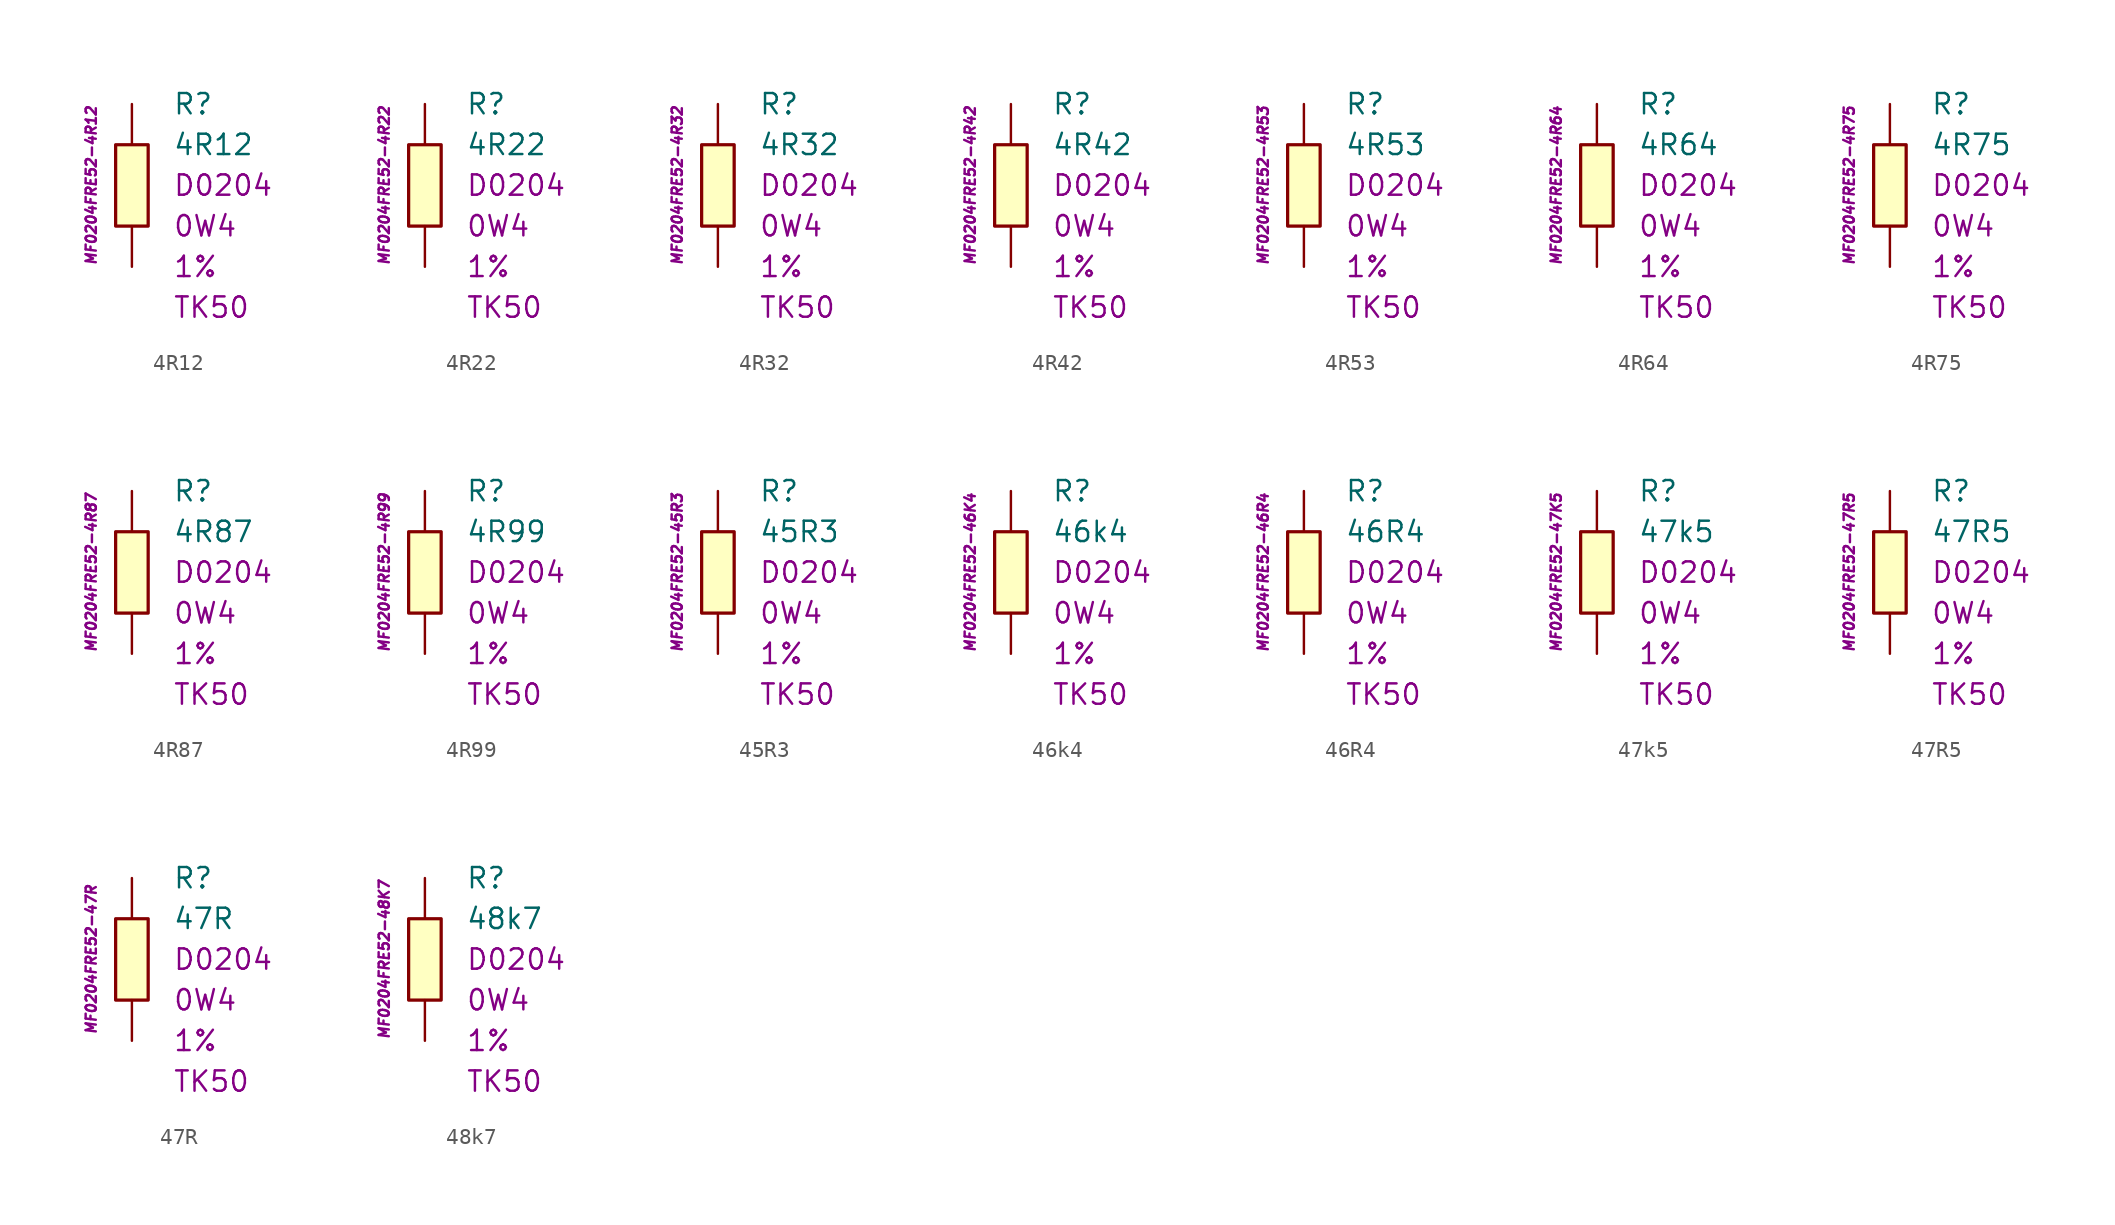
<source format=kicad_sym>
(kicad_symbol_lib
  (version 20201005)
  (generator kicad_symbol_editor)
  (symbol "4R12"
    (pin_numbers hide)
    (pin_names
      (offset 1.016) hide)
    (property "Reference" "R"
      (at 2.54 5.08 0)
      (effects (font (size 1.27 1.27)) (justify left)))
    (property "Value" "4R12"
      (at 2.54 2.54 0)
      (effects (font (size 1.27 1.27)) (justify left)))
    (property "Package" "D0204"
      (at 2.54 0 0)
      (effects (font (size 1.27 1.27)) (justify left)))
    (property "Power" "0W4"
      (at 2.54 -2.54 0)
      (effects (font (size 1.27 1.27)) (justify left)))
    (property "Tolerance" "1%"
      (at 2.54 -5.08 0)
      (effects (font (size 1.27 1.27)) (justify left)))
    (property "TK" "TK50"
      (at 2.54 -7.62 0)
      (effects (font (size 1.27 1.27)) (justify left)))
    (property "ID" "MF0204FRE52-4R12"
      (at -2.54 0 90)
      (effects (font (size 0.635 0.635) italic)))
    (symbol "4R12_0_1"
      (rectangle (start -1.016 2.54) (end 1.016 -2.54) (stroke (width 0.203)) (fill (type background))))
    (symbol "4R12_1_1"
      (pin passive line (at 0 5.08 270) (length 2.54) (name "~" (effects (font (size 1.778 1.778)))) (number "1" (effects (font (size 1.778 1.778)))))
      (pin passive line (at 0 -5.08 90) (length 2.54) (name "~" (effects (font (size 1.778 1.778)))) (number "2" (effects (font (size 1.778 1.778)))))))
  (symbol "4R22"
    (pin_numbers hide)
    (pin_names
      (offset 1.016) hide)
    (property "Reference" "R"
      (at 2.54 5.08 0)
      (effects (font (size 1.27 1.27)) (justify left)))
    (property "Value" "4R22"
      (at 2.54 2.54 0)
      (effects (font (size 1.27 1.27)) (justify left)))
    (property "Package" "D0204"
      (at 2.54 0 0)
      (effects (font (size 1.27 1.27)) (justify left)))
    (property "Power" "0W4"
      (at 2.54 -2.54 0)
      (effects (font (size 1.27 1.27)) (justify left)))
    (property "Tolerance" "1%"
      (at 2.54 -5.08 0)
      (effects (font (size 1.27 1.27)) (justify left)))
    (property "TK" "TK50"
      (at 2.54 -7.62 0)
      (effects (font (size 1.27 1.27)) (justify left)))
    (property "ID" "MF0204FRE52-4R22"
      (at -2.54 0 90)
      (effects (font (size 0.635 0.635) italic)))
    (symbol "4R22_0_1"
      (rectangle (start -1.016 2.54) (end 1.016 -2.54) (stroke (width 0.203)) (fill (type background))))
    (symbol "4R22_1_1"
      (pin passive line (at 0 5.08 270) (length 2.54) (name "~" (effects (font (size 1.778 1.778)))) (number "1" (effects (font (size 1.778 1.778)))))
      (pin passive line (at 0 -5.08 90) (length 2.54) (name "~" (effects (font (size 1.778 1.778)))) (number "2" (effects (font (size 1.778 1.778)))))))
  (symbol "4R32"
    (pin_numbers hide)
    (pin_names
      (offset 1.016) hide)
    (property "Reference" "R"
      (at 2.54 5.08 0)
      (effects (font (size 1.27 1.27)) (justify left)))
    (property "Value" "4R32"
      (at 2.54 2.54 0)
      (effects (font (size 1.27 1.27)) (justify left)))
    (property "Package" "D0204"
      (at 2.54 0 0)
      (effects (font (size 1.27 1.27)) (justify left)))
    (property "Power" "0W4"
      (at 2.54 -2.54 0)
      (effects (font (size 1.27 1.27)) (justify left)))
    (property "Tolerance" "1%"
      (at 2.54 -5.08 0)
      (effects (font (size 1.27 1.27)) (justify left)))
    (property "TK" "TK50"
      (at 2.54 -7.62 0)
      (effects (font (size 1.27 1.27)) (justify left)))
    (property "ID" "MF0204FRE52-4R32"
      (at -2.54 0 90)
      (effects (font (size 0.635 0.635) italic)))
    (symbol "4R32_0_1"
      (rectangle (start -1.016 2.54) (end 1.016 -2.54) (stroke (width 0.203)) (fill (type background))))
    (symbol "4R32_1_1"
      (pin passive line (at 0 5.08 270) (length 2.54) (name "~" (effects (font (size 1.778 1.778)))) (number "1" (effects (font (size 1.778 1.778)))))
      (pin passive line (at 0 -5.08 90) (length 2.54) (name "~" (effects (font (size 1.778 1.778)))) (number "2" (effects (font (size 1.778 1.778)))))))
  (symbol "4R42"
    (pin_numbers hide)
    (pin_names
      (offset 1.016) hide)
    (property "Reference" "R"
      (at 2.54 5.08 0)
      (effects (font (size 1.27 1.27)) (justify left)))
    (property "Value" "4R42"
      (at 2.54 2.54 0)
      (effects (font (size 1.27 1.27)) (justify left)))
    (property "Package" "D0204"
      (at 2.54 0 0)
      (effects (font (size 1.27 1.27)) (justify left)))
    (property "Power" "0W4"
      (at 2.54 -2.54 0)
      (effects (font (size 1.27 1.27)) (justify left)))
    (property "Tolerance" "1%"
      (at 2.54 -5.08 0)
      (effects (font (size 1.27 1.27)) (justify left)))
    (property "TK" "TK50"
      (at 2.54 -7.62 0)
      (effects (font (size 1.27 1.27)) (justify left)))
    (property "ID" "MF0204FRE52-4R42"
      (at -2.54 0 90)
      (effects (font (size 0.635 0.635) italic)))
    (symbol "4R42_0_1"
      (rectangle (start -1.016 2.54) (end 1.016 -2.54) (stroke (width 0.203)) (fill (type background))))
    (symbol "4R42_1_1"
      (pin passive line (at 0 5.08 270) (length 2.54) (name "~" (effects (font (size 1.778 1.778)))) (number "1" (effects (font (size 1.778 1.778)))))
      (pin passive line (at 0 -5.08 90) (length 2.54) (name "~" (effects (font (size 1.778 1.778)))) (number "2" (effects (font (size 1.778 1.778)))))))
  (symbol "4R53"
    (pin_numbers hide)
    (pin_names
      (offset 1.016) hide)
    (property "Reference" "R"
      (at 2.54 5.08 0)
      (effects (font (size 1.27 1.27)) (justify left)))
    (property "Value" "4R53"
      (at 2.54 2.54 0)
      (effects (font (size 1.27 1.27)) (justify left)))
    (property "Package" "D0204"
      (at 2.54 0 0)
      (effects (font (size 1.27 1.27)) (justify left)))
    (property "Power" "0W4"
      (at 2.54 -2.54 0)
      (effects (font (size 1.27 1.27)) (justify left)))
    (property "Tolerance" "1%"
      (at 2.54 -5.08 0)
      (effects (font (size 1.27 1.27)) (justify left)))
    (property "TK" "TK50"
      (at 2.54 -7.62 0)
      (effects (font (size 1.27 1.27)) (justify left)))
    (property "ID" "MF0204FRE52-4R53"
      (at -2.54 0 90)
      (effects (font (size 0.635 0.635) italic)))
    (symbol "4R53_0_1"
      (rectangle (start -1.016 2.54) (end 1.016 -2.54) (stroke (width 0.203)) (fill (type background))))
    (symbol "4R53_1_1"
      (pin passive line (at 0 5.08 270) (length 2.54) (name "~" (effects (font (size 1.778 1.778)))) (number "1" (effects (font (size 1.778 1.778)))))
      (pin passive line (at 0 -5.08 90) (length 2.54) (name "~" (effects (font (size 1.778 1.778)))) (number "2" (effects (font (size 1.778 1.778)))))))
  (symbol "4R64"
    (pin_numbers hide)
    (pin_names
      (offset 1.016) hide)
    (property "Reference" "R"
      (at 2.54 5.08 0)
      (effects (font (size 1.27 1.27)) (justify left)))
    (property "Value" "4R64"
      (at 2.54 2.54 0)
      (effects (font (size 1.27 1.27)) (justify left)))
    (property "Package" "D0204"
      (at 2.54 0 0)
      (effects (font (size 1.27 1.27)) (justify left)))
    (property "Power" "0W4"
      (at 2.54 -2.54 0)
      (effects (font (size 1.27 1.27)) (justify left)))
    (property "Tolerance" "1%"
      (at 2.54 -5.08 0)
      (effects (font (size 1.27 1.27)) (justify left)))
    (property "TK" "TK50"
      (at 2.54 -7.62 0)
      (effects (font (size 1.27 1.27)) (justify left)))
    (property "ID" "MF0204FRE52-4R64"
      (at -2.54 0 90)
      (effects (font (size 0.635 0.635) italic)))
    (symbol "4R64_0_1"
      (rectangle (start -1.016 2.54) (end 1.016 -2.54) (stroke (width 0.203)) (fill (type background))))
    (symbol "4R64_1_1"
      (pin passive line (at 0 5.08 270) (length 2.54) (name "~" (effects (font (size 1.778 1.778)))) (number "1" (effects (font (size 1.778 1.778)))))
      (pin passive line (at 0 -5.08 90) (length 2.54) (name "~" (effects (font (size 1.778 1.778)))) (number "2" (effects (font (size 1.778 1.778)))))))
  (symbol "4R75"
    (pin_numbers hide)
    (pin_names
      (offset 1.016) hide)
    (property "Reference" "R"
      (at 2.54 5.08 0)
      (effects (font (size 1.27 1.27)) (justify left)))
    (property "Value" "4R75"
      (at 2.54 2.54 0)
      (effects (font (size 1.27 1.27)) (justify left)))
    (property "Package" "D0204"
      (at 2.54 0 0)
      (effects (font (size 1.27 1.27)) (justify left)))
    (property "Power" "0W4"
      (at 2.54 -2.54 0)
      (effects (font (size 1.27 1.27)) (justify left)))
    (property "Tolerance" "1%"
      (at 2.54 -5.08 0)
      (effects (font (size 1.27 1.27)) (justify left)))
    (property "TK" "TK50"
      (at 2.54 -7.62 0)
      (effects (font (size 1.27 1.27)) (justify left)))
    (property "ID" "MF0204FRE52-4R75"
      (at -2.54 0 90)
      (effects (font (size 0.635 0.635) italic)))
    (symbol "4R75_0_1"
      (rectangle (start -1.016 2.54) (end 1.016 -2.54) (stroke (width 0.203)) (fill (type background))))
    (symbol "4R75_1_1"
      (pin passive line (at 0 5.08 270) (length 2.54) (name "~" (effects (font (size 1.778 1.778)))) (number "1" (effects (font (size 1.778 1.778)))))
      (pin passive line (at 0 -5.08 90) (length 2.54) (name "~" (effects (font (size 1.778 1.778)))) (number "2" (effects (font (size 1.778 1.778)))))))
  (symbol "4R87"
    (pin_numbers hide)
    (pin_names
      (offset 1.016) hide)
    (property "Reference" "R"
      (at 2.54 5.08 0)
      (effects (font (size 1.27 1.27)) (justify left)))
    (property "Value" "4R87"
      (at 2.54 2.54 0)
      (effects (font (size 1.27 1.27)) (justify left)))
    (property "Package" "D0204"
      (at 2.54 0 0)
      (effects (font (size 1.27 1.27)) (justify left)))
    (property "Power" "0W4"
      (at 2.54 -2.54 0)
      (effects (font (size 1.27 1.27)) (justify left)))
    (property "Tolerance" "1%"
      (at 2.54 -5.08 0)
      (effects (font (size 1.27 1.27)) (justify left)))
    (property "TK" "TK50"
      (at 2.54 -7.62 0)
      (effects (font (size 1.27 1.27)) (justify left)))
    (property "ID" "MF0204FRE52-4R87"
      (at -2.54 0 90)
      (effects (font (size 0.635 0.635) italic)))
    (symbol "4R87_0_1"
      (rectangle (start -1.016 2.54) (end 1.016 -2.54) (stroke (width 0.203)) (fill (type background))))
    (symbol "4R87_1_1"
      (pin passive line (at 0 5.08 270) (length 2.54) (name "~" (effects (font (size 1.778 1.778)))) (number "1" (effects (font (size 1.778 1.778)))))
      (pin passive line (at 0 -5.08 90) (length 2.54) (name "~" (effects (font (size 1.778 1.778)))) (number "2" (effects (font (size 1.778 1.778)))))))
  (symbol "4R99"
    (pin_numbers hide)
    (pin_names
      (offset 1.016) hide)
    (property "Reference" "R"
      (at 2.54 5.08 0)
      (effects (font (size 1.27 1.27)) (justify left)))
    (property "Value" "4R99"
      (at 2.54 2.54 0)
      (effects (font (size 1.27 1.27)) (justify left)))
    (property "Package" "D0204"
      (at 2.54 0 0)
      (effects (font (size 1.27 1.27)) (justify left)))
    (property "Power" "0W4"
      (at 2.54 -2.54 0)
      (effects (font (size 1.27 1.27)) (justify left)))
    (property "Tolerance" "1%"
      (at 2.54 -5.08 0)
      (effects (font (size 1.27 1.27)) (justify left)))
    (property "TK" "TK50"
      (at 2.54 -7.62 0)
      (effects (font (size 1.27 1.27)) (justify left)))
    (property "ID" "MF0204FRE52-4R99"
      (at -2.54 0 90)
      (effects (font (size 0.635 0.635) italic)))
    (symbol "4R99_0_1"
      (rectangle (start -1.016 2.54) (end 1.016 -2.54) (stroke (width 0.203)) (fill (type background))))
    (symbol "4R99_1_1"
      (pin passive line (at 0 5.08 270) (length 2.54) (name "~" (effects (font (size 1.778 1.778)))) (number "1" (effects (font (size 1.778 1.778)))))
      (pin passive line (at 0 -5.08 90) (length 2.54) (name "~" (effects (font (size 1.778 1.778)))) (number "2" (effects (font (size 1.778 1.778)))))))
  (symbol "45R3"
    (pin_numbers hide)
    (pin_names
      (offset 1.016) hide)
    (property "Reference" "R"
      (at 2.54 5.08 0)
      (effects (font (size 1.27 1.27)) (justify left)))
    (property "Value" "45R3"
      (at 2.54 2.54 0)
      (effects (font (size 1.27 1.27)) (justify left)))
    (property "Package" "D0204"
      (at 2.54 0 0)
      (effects (font (size 1.27 1.27)) (justify left)))
    (property "Power" "0W4"
      (at 2.54 -2.54 0)
      (effects (font (size 1.27 1.27)) (justify left)))
    (property "Tolerance" "1%"
      (at 2.54 -5.08 0)
      (effects (font (size 1.27 1.27)) (justify left)))
    (property "TK" "TK50"
      (at 2.54 -7.62 0)
      (effects (font (size 1.27 1.27)) (justify left)))
    (property "ID" "MF0204FRE52-45R3"
      (at -2.54 0 90)
      (effects (font (size 0.635 0.635) italic)))
    (symbol "45R3_0_1"
      (rectangle (start -1.016 2.54) (end 1.016 -2.54) (stroke (width 0.203)) (fill (type background))))
    (symbol "45R3_1_1"
      (pin passive line (at 0 5.08 270) (length 2.54) (name "~" (effects (font (size 1.778 1.778)))) (number "1" (effects (font (size 1.778 1.778)))))
      (pin passive line (at 0 -5.08 90) (length 2.54) (name "~" (effects (font (size 1.778 1.778)))) (number "2" (effects (font (size 1.778 1.778)))))))
  (symbol "46k4"
    (pin_numbers hide)
    (pin_names
      (offset 1.016) hide)
    (property "Reference" "R"
      (at 2.54 5.08 0)
      (effects (font (size 1.27 1.27)) (justify left)))
    (property "Value" "46k4"
      (at 2.54 2.54 0)
      (effects (font (size 1.27 1.27)) (justify left)))
    (property "Package" "D0204"
      (at 2.54 0 0)
      (effects (font (size 1.27 1.27)) (justify left)))
    (property "Power" "0W4"
      (at 2.54 -2.54 0)
      (effects (font (size 1.27 1.27)) (justify left)))
    (property "Tolerance" "1%"
      (at 2.54 -5.08 0)
      (effects (font (size 1.27 1.27)) (justify left)))
    (property "TK" "TK50"
      (at 2.54 -7.62 0)
      (effects (font (size 1.27 1.27)) (justify left)))
    (property "ID" "MF0204FRE52-46K4"
      (at -2.54 0 90)
      (effects (font (size 0.635 0.635) italic)))
    (symbol "46k4_0_1"
      (rectangle (start -1.016 2.54) (end 1.016 -2.54) (stroke (width 0.203)) (fill (type background))))
    (symbol "46k4_1_1"
      (pin passive line (at 0 5.08 270) (length 2.54) (name "~" (effects (font (size 1.778 1.778)))) (number "1" (effects (font (size 1.778 1.778)))))
      (pin passive line (at 0 -5.08 90) (length 2.54) (name "~" (effects (font (size 1.778 1.778)))) (number "2" (effects (font (size 1.778 1.778)))))))
  (symbol "46R4"
    (pin_numbers hide)
    (pin_names
      (offset 1.016) hide)
    (property "Reference" "R"
      (at 2.54 5.08 0)
      (effects (font (size 1.27 1.27)) (justify left)))
    (property "Value" "46R4"
      (at 2.54 2.54 0)
      (effects (font (size 1.27 1.27)) (justify left)))
    (property "Package" "D0204"
      (at 2.54 0 0)
      (effects (font (size 1.27 1.27)) (justify left)))
    (property "Power" "0W4"
      (at 2.54 -2.54 0)
      (effects (font (size 1.27 1.27)) (justify left)))
    (property "Tolerance" "1%"
      (at 2.54 -5.08 0)
      (effects (font (size 1.27 1.27)) (justify left)))
    (property "TK" "TK50"
      (at 2.54 -7.62 0)
      (effects (font (size 1.27 1.27)) (justify left)))
    (property "ID" "MF0204FRE52-46R4"
      (at -2.54 0 90)
      (effects (font (size 0.635 0.635) italic)))
    (symbol "46R4_0_1"
      (rectangle (start -1.016 2.54) (end 1.016 -2.54) (stroke (width 0.203)) (fill (type background))))
    (symbol "46R4_1_1"
      (pin passive line (at 0 5.08 270) (length 2.54) (name "~" (effects (font (size 1.778 1.778)))) (number "1" (effects (font (size 1.778 1.778)))))
      (pin passive line (at 0 -5.08 90) (length 2.54) (name "~" (effects (font (size 1.778 1.778)))) (number "2" (effects (font (size 1.778 1.778)))))))
  (symbol "47k5"
    (pin_numbers hide)
    (pin_names
      (offset 1.016) hide)
    (property "Reference" "R"
      (at 2.54 5.08 0)
      (effects (font (size 1.27 1.27)) (justify left)))
    (property "Value" "47k5"
      (at 2.54 2.54 0)
      (effects (font (size 1.27 1.27)) (justify left)))
    (property "Package" "D0204"
      (at 2.54 0 0)
      (effects (font (size 1.27 1.27)) (justify left)))
    (property "Power" "0W4"
      (at 2.54 -2.54 0)
      (effects (font (size 1.27 1.27)) (justify left)))
    (property "Tolerance" "1%"
      (at 2.54 -5.08 0)
      (effects (font (size 1.27 1.27)) (justify left)))
    (property "TK" "TK50"
      (at 2.54 -7.62 0)
      (effects (font (size 1.27 1.27)) (justify left)))
    (property "ID" "MF0204FRE52-47K5"
      (at -2.54 0 90)
      (effects (font (size 0.635 0.635) italic)))
    (symbol "47k5_0_1"
      (rectangle (start -1.016 2.54) (end 1.016 -2.54) (stroke (width 0.203)) (fill (type background))))
    (symbol "47k5_1_1"
      (pin passive line (at 0 5.08 270) (length 2.54) (name "~" (effects (font (size 1.778 1.778)))) (number "1" (effects (font (size 1.778 1.778)))))
      (pin passive line (at 0 -5.08 90) (length 2.54) (name "~" (effects (font (size 1.778 1.778)))) (number "2" (effects (font (size 1.778 1.778)))))))
  (symbol "47R5"
    (pin_numbers hide)
    (pin_names
      (offset 1.016) hide)
    (property "Reference" "R"
      (at 2.54 5.08 0)
      (effects (font (size 1.27 1.27)) (justify left)))
    (property "Value" "47R5"
      (at 2.54 2.54 0)
      (effects (font (size 1.27 1.27)) (justify left)))
    (property "Package" "D0204"
      (at 2.54 0 0)
      (effects (font (size 1.27 1.27)) (justify left)))
    (property "Power" "0W4"
      (at 2.54 -2.54 0)
      (effects (font (size 1.27 1.27)) (justify left)))
    (property "Tolerance" "1%"
      (at 2.54 -5.08 0)
      (effects (font (size 1.27 1.27)) (justify left)))
    (property "TK" "TK50"
      (at 2.54 -7.62 0)
      (effects (font (size 1.27 1.27)) (justify left)))
    (property "ID" "MF0204FRE52-47R5"
      (at -2.54 0 90)
      (effects (font (size 0.635 0.635) italic)))
    (symbol "47R5_0_1"
      (rectangle (start -1.016 2.54) (end 1.016 -2.54) (stroke (width 0.203)) (fill (type background))))
    (symbol "47R5_1_1"
      (pin passive line (at 0 5.08 270) (length 2.54) (name "~" (effects (font (size 1.778 1.778)))) (number "1" (effects (font (size 1.778 1.778)))))
      (pin passive line (at 0 -5.08 90) (length 2.54) (name "~" (effects (font (size 1.778 1.778)))) (number "2" (effects (font (size 1.778 1.778)))))))
  (symbol "47R"
    (pin_numbers hide)
    (pin_names
      (offset 1.016) hide)
    (property "Reference" "R"
      (at 2.54 5.08 0)
      (effects (font (size 1.27 1.27)) (justify left)))
    (property "Value" "47R"
      (at 2.54 2.54 0)
      (effects (font (size 1.27 1.27)) (justify left)))
    (property "Package" "D0204"
      (at 2.54 0 0)
      (effects (font (size 1.27 1.27)) (justify left)))
    (property "Power" "0W4"
      (at 2.54 -2.54 0)
      (effects (font (size 1.27 1.27)) (justify left)))
    (property "Tolerance" "1%"
      (at 2.54 -5.08 0)
      (effects (font (size 1.27 1.27)) (justify left)))
    (property "TK" "TK50"
      (at 2.54 -7.62 0)
      (effects (font (size 1.27 1.27)) (justify left)))
    (property "ID" "MF0204FRE52-47R"
      (at -2.54 0 90)
      (effects (font (size 0.635 0.635) italic)))
    (symbol "47R_0_1"
      (rectangle (start -1.016 2.54) (end 1.016 -2.54) (stroke (width 0.203)) (fill (type background))))
    (symbol "47R_1_1"
      (pin passive line (at 0 5.08 270) (length 2.54) (name "~" (effects (font (size 1.778 1.778)))) (number "1" (effects (font (size 1.778 1.778)))))
      (pin passive line (at 0 -5.08 90) (length 2.54) (name "~" (effects (font (size 1.778 1.778)))) (number "2" (effects (font (size 1.778 1.778)))))))
  (symbol "48k7"
    (pin_numbers hide)
    (pin_names
      (offset 1.016) hide)
    (property "Reference" "R"
      (at 2.54 5.08 0)
      (effects (font (size 1.27 1.27)) (justify left)))
    (property "Value" "48k7"
      (at 2.54 2.54 0)
      (effects (font (size 1.27 1.27)) (justify left)))
    (property "Package" "D0204"
      (at 2.54 0 0)
      (effects (font (size 1.27 1.27)) (justify left)))
    (property "Power" "0W4"
      (at 2.54 -2.54 0)
      (effects (font (size 1.27 1.27)) (justify left)))
    (property "Tolerance" "1%"
      (at 2.54 -5.08 0)
      (effects (font (size 1.27 1.27)) (justify left)))
    (property "TK" "TK50"
      (at 2.54 -7.62 0)
      (effects (font (size 1.27 1.27)) (justify left)))
    (property "ID" "MF0204FRE52-48K7"
      (at -2.54 0 90)
      (effects (font (size 0.635 0.635) italic)))
    (symbol "48k7_0_1"
      (rectangle (start -1.016 2.54) (end 1.016 -2.54) (stroke (width 0.203)) (fill (type background))))
    (symbol "48k7_1_1"
      (pin passive line (at 0 5.08 270) (length 2.54) (name "~" (effects (font (size 1.778 1.778)))) (number "1" (effects (font (size 1.778 1.778)))))
      (pin passive line (at 0 -5.08 90) (length 2.54) (name "~" (effects (font (size 1.778 1.778)))) (number "2" (effects (font (size 1.778 1.778))))))))
</source>
